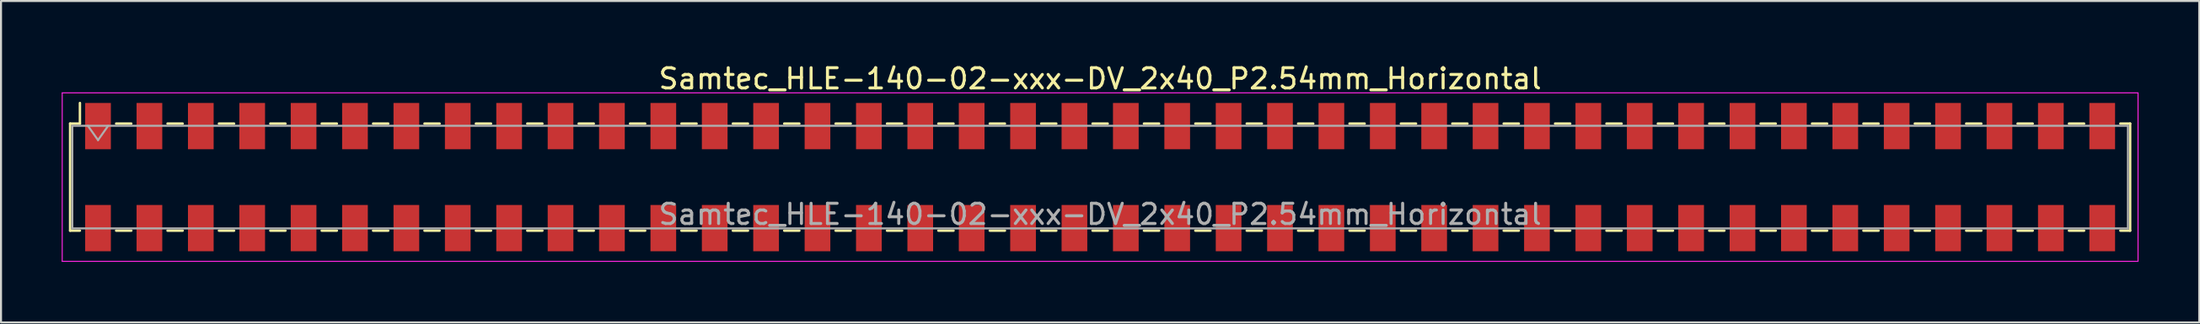
<source format=kicad_pcb>
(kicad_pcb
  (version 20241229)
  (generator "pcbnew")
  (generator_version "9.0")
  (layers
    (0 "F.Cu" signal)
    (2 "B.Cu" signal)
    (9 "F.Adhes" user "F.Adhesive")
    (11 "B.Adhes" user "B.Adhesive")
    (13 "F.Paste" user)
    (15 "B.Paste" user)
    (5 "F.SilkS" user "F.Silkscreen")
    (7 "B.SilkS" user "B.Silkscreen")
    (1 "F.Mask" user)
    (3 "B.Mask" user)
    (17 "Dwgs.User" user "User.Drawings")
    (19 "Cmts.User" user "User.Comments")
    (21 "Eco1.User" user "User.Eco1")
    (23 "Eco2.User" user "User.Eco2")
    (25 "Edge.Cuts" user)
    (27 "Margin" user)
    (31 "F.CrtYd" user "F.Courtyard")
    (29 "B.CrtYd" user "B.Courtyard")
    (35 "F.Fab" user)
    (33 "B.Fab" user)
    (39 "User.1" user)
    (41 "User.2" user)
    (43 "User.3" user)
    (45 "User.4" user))
  (footprint "Samtec_HLE-140-02-xxx-DV_2x40_P2.54mm_Horizontal"
    (layer "F.Cu")
    (at 51.325 5.718)
    (property "Reference" "Samtec_HLE-140-02-xxx-DV_2x40_P2.54mm_Horizontal" (at 0 -4.87 0) (layer "F.SilkS") (effects (font (size 1 1) (thickness 0.15))))
    (attr smd)
    (fp_line (start -50.91 -2.65) (end -50.91 2.65) (stroke (width 0.12) (type solid)) (layer "F.SilkS"))
    (fp_line (start -50.91 2.65) (end -50.425 2.65) (stroke (width 0.12) (type solid)) (layer "F.SilkS"))
    (fp_line (start -50.425 -3.67) (end -50.425 -2.65) (stroke (width 0.12) (type solid)) (layer "F.SilkS"))
    (fp_line (start -50.425 -2.65) (end -50.91 -2.65) (stroke (width 0.12) (type solid)) (layer "F.SilkS"))
    (fp_line (start -48.635 -2.65) (end -47.885 -2.65) (stroke (width 0.12) (type solid)) (layer "F.SilkS"))
    (fp_line (start -48.635 2.65) (end -47.885 2.65) (stroke (width 0.12) (type solid)) (layer "F.SilkS"))
    (fp_line (start -46.095 -2.65) (end -45.345 -2.65) (stroke (width 0.12) (type solid)) (layer "F.SilkS"))
    (fp_line (start -46.095 2.65) (end -45.345 2.65) (stroke (width 0.12) (type solid)) (layer "F.SilkS"))
    (fp_line (start -43.555 -2.65) (end -42.805 -2.65) (stroke (width 0.12) (type solid)) (layer "F.SilkS"))
    (fp_line (start -43.555 2.65) (end -42.805 2.65) (stroke (width 0.12) (type solid)) (layer "F.SilkS"))
    (fp_line (start -41.015 -2.65) (end -40.265 -2.65) (stroke (width 0.12) (type solid)) (layer "F.SilkS"))
    (fp_line (start -41.015 2.65) (end -40.265 2.65) (stroke (width 0.12) (type solid)) (layer "F.SilkS"))
    (fp_line (start -38.475 -2.65) (end -37.725 -2.65) (stroke (width 0.12) (type solid)) (layer "F.SilkS"))
    (fp_line (start -38.475 2.65) (end -37.725 2.65) (stroke (width 0.12) (type solid)) (layer "F.SilkS"))
    (fp_line (start -35.935 -2.65) (end -35.185 -2.65) (stroke (width 0.12) (type solid)) (layer "F.SilkS"))
    (fp_line (start -35.935 2.65) (end -35.185 2.65) (stroke (width 0.12) (type solid)) (layer "F.SilkS"))
    (fp_line (start -33.395 -2.65) (end -32.645 -2.65) (stroke (width 0.12) (type solid)) (layer "F.SilkS"))
    (fp_line (start -33.395 2.65) (end -32.645 2.65) (stroke (width 0.12) (type solid)) (layer "F.SilkS"))
    (fp_line (start -30.855 -2.65) (end -30.105 -2.65) (stroke (width 0.12) (type solid)) (layer "F.SilkS"))
    (fp_line (start -30.855 2.65) (end -30.105 2.65) (stroke (width 0.12) (type solid)) (layer "F.SilkS"))
    (fp_line (start -28.315 -2.65) (end -27.565 -2.65) (stroke (width 0.12) (type solid)) (layer "F.SilkS"))
    (fp_line (start -28.315 2.65) (end -27.565 2.65) (stroke (width 0.12) (type solid)) (layer "F.SilkS"))
    (fp_line (start -25.775 -2.65) (end -25.025 -2.65) (stroke (width 0.12) (type solid)) (layer "F.SilkS"))
    (fp_line (start -25.775 2.65) (end -25.025 2.65) (stroke (width 0.12) (type solid)) (layer "F.SilkS"))
    (fp_line (start -23.235 -2.65) (end -22.485 -2.65) (stroke (width 0.12) (type solid)) (layer "F.SilkS"))
    (fp_line (start -23.235 2.65) (end -22.485 2.65) (stroke (width 0.12) (type solid)) (layer "F.SilkS"))
    (fp_line (start -20.695 -2.65) (end -19.945 -2.65) (stroke (width 0.12) (type solid)) (layer "F.SilkS"))
    (fp_line (start -20.695 2.65) (end -19.945 2.65) (stroke (width 0.12) (type solid)) (layer "F.SilkS"))
    (fp_line (start -18.155 -2.65) (end -17.405 -2.65) (stroke (width 0.12) (type solid)) (layer "F.SilkS"))
    (fp_line (start -18.155 2.65) (end -17.405 2.65) (stroke (width 0.12) (type solid)) (layer "F.SilkS"))
    (fp_line (start -15.615 -2.65) (end -14.865 -2.65) (stroke (width 0.12) (type solid)) (layer "F.SilkS"))
    (fp_line (start -15.615 2.65) (end -14.865 2.65) (stroke (width 0.12) (type solid)) (layer "F.SilkS"))
    (fp_line (start -13.075 -2.65) (end -12.325 -2.65) (stroke (width 0.12) (type solid)) (layer "F.SilkS"))
    (fp_line (start -13.075 2.65) (end -12.325 2.65) (stroke (width 0.12) (type solid)) (layer "F.SilkS"))
    (fp_line (start -10.535 -2.65) (end -9.785 -2.65) (stroke (width 0.12) (type solid)) (layer "F.SilkS"))
    (fp_line (start -10.535 2.65) (end -9.785 2.65) (stroke (width 0.12) (type solid)) (layer "F.SilkS"))
    (fp_line (start -7.995 -2.65) (end -7.245 -2.65) (stroke (width 0.12) (type solid)) (layer "F.SilkS"))
    (fp_line (start -7.995 2.65) (end -7.245 2.65) (stroke (width 0.12) (type solid)) (layer "F.SilkS"))
    (fp_line (start -5.455 -2.65) (end -4.705 -2.65) (stroke (width 0.12) (type solid)) (layer "F.SilkS"))
    (fp_line (start -5.455 2.65) (end -4.705 2.65) (stroke (width 0.12) (type solid)) (layer "F.SilkS"))
    (fp_line (start -2.915 -2.65) (end -2.165 -2.65) (stroke (width 0.12) (type solid)) (layer "F.SilkS"))
    (fp_line (start -2.915 2.65) (end -2.165 2.65) (stroke (width 0.12) (type solid)) (layer "F.SilkS"))
    (fp_line (start -0.375 -2.65) (end 0.375 -2.65) (stroke (width 0.12) (type solid)) (layer "F.SilkS"))
    (fp_line (start -0.375 2.65) (end 0.375 2.65) (stroke (width 0.12) (type solid)) (layer "F.SilkS"))
    (fp_line (start 2.165 -2.65) (end 2.915 -2.65) (stroke (width 0.12) (type solid)) (layer "F.SilkS"))
    (fp_line (start 2.165 2.65) (end 2.915 2.65) (stroke (width 0.12) (type solid)) (layer "F.SilkS"))
    (fp_line (start 4.705 -2.65) (end 5.455 -2.65) (stroke (width 0.12) (type solid)) (layer "F.SilkS"))
    (fp_line (start 4.705 2.65) (end 5.455 2.65) (stroke (width 0.12) (type solid)) (layer "F.SilkS"))
    (fp_line (start 7.245 -2.65) (end 7.995 -2.65) (stroke (width 0.12) (type solid)) (layer "F.SilkS"))
    (fp_line (start 7.245 2.65) (end 7.995 2.65) (stroke (width 0.12) (type solid)) (layer "F.SilkS"))
    (fp_line (start 9.785 -2.65) (end 10.535 -2.65) (stroke (width 0.12) (type solid)) (layer "F.SilkS"))
    (fp_line (start 9.785 2.65) (end 10.535 2.65) (stroke (width 0.12) (type solid)) (layer "F.SilkS"))
    (fp_line (start 12.325 -2.65) (end 13.075 -2.65) (stroke (width 0.12) (type solid)) (layer "F.SilkS"))
    (fp_line (start 12.325 2.65) (end 13.075 2.65) (stroke (width 0.12) (type solid)) (layer "F.SilkS"))
    (fp_line (start 14.865 -2.65) (end 15.615 -2.65) (stroke (width 0.12) (type solid)) (layer "F.SilkS"))
    (fp_line (start 14.865 2.65) (end 15.615 2.65) (stroke (width 0.12) (type solid)) (layer "F.SilkS"))
    (fp_line (start 17.405 -2.65) (end 18.155 -2.65) (stroke (width 0.12) (type solid)) (layer "F.SilkS"))
    (fp_line (start 17.405 2.65) (end 18.155 2.65) (stroke (width 0.12) (type solid)) (layer "F.SilkS"))
    (fp_line (start 19.945 -2.65) (end 20.695 -2.65) (stroke (width 0.12) (type solid)) (layer "F.SilkS"))
    (fp_line (start 19.945 2.65) (end 20.695 2.65) (stroke (width 0.12) (type solid)) (layer "F.SilkS"))
    (fp_line (start 22.485 -2.65) (end 23.235 -2.65) (stroke (width 0.12) (type solid)) (layer "F.SilkS"))
    (fp_line (start 22.485 2.65) (end 23.235 2.65) (stroke (width 0.12) (type solid)) (layer "F.SilkS"))
    (fp_line (start 25.025 -2.65) (end 25.775 -2.65) (stroke (width 0.12) (type solid)) (layer "F.SilkS"))
    (fp_line (start 25.025 2.65) (end 25.775 2.65) (stroke (width 0.12) (type solid)) (layer "F.SilkS"))
    (fp_line (start 27.565 -2.65) (end 28.315 -2.65) (stroke (width 0.12) (type solid)) (layer "F.SilkS"))
    (fp_line (start 27.565 2.65) (end 28.315 2.65) (stroke (width 0.12) (type solid)) (layer "F.SilkS"))
    (fp_line (start 30.105 -2.65) (end 30.855 -2.65) (stroke (width 0.12) (type solid)) (layer "F.SilkS"))
    (fp_line (start 30.105 2.65) (end 30.855 2.65) (stroke (width 0.12) (type solid)) (layer "F.SilkS"))
    (fp_line (start 32.645 -2.65) (end 33.395 -2.65) (stroke (width 0.12) (type solid)) (layer "F.SilkS"))
    (fp_line (start 32.645 2.65) (end 33.395 2.65) (stroke (width 0.12) (type solid)) (layer "F.SilkS"))
    (fp_line (start 35.185 -2.65) (end 35.935 -2.65) (stroke (width 0.12) (type solid)) (layer "F.SilkS"))
    (fp_line (start 35.185 2.65) (end 35.935 2.65) (stroke (width 0.12) (type solid)) (layer "F.SilkS"))
    (fp_line (start 37.725 -2.65) (end 38.475 -2.65) (stroke (width 0.12) (type solid)) (layer "F.SilkS"))
    (fp_line (start 37.725 2.65) (end 38.475 2.65) (stroke (width 0.12) (type solid)) (layer "F.SilkS"))
    (fp_line (start 40.265 -2.65) (end 41.015 -2.65) (stroke (width 0.12) (type solid)) (layer "F.SilkS"))
    (fp_line (start 40.265 2.65) (end 41.015 2.65) (stroke (width 0.12) (type solid)) (layer "F.SilkS"))
    (fp_line (start 42.805 -2.65) (end 43.555 -2.65) (stroke (width 0.12) (type solid)) (layer "F.SilkS"))
    (fp_line (start 42.805 2.65) (end 43.555 2.65) (stroke (width 0.12) (type solid)) (layer "F.SilkS"))
    (fp_line (start 45.345 -2.65) (end 46.095 -2.65) (stroke (width 0.12) (type solid)) (layer "F.SilkS"))
    (fp_line (start 45.345 2.65) (end 46.095 2.65) (stroke (width 0.12) (type solid)) (layer "F.SilkS"))
    (fp_line (start 47.885 -2.65) (end 48.635 -2.65) (stroke (width 0.12) (type solid)) (layer "F.SilkS"))
    (fp_line (start 47.885 2.65) (end 48.635 2.65) (stroke (width 0.12) (type solid)) (layer "F.SilkS"))
    (fp_line (start 50.425 -2.65) (end 50.91 -2.65) (stroke (width 0.12) (type solid)) (layer "F.SilkS"))
    (fp_line (start 50.91 -2.65) (end 50.91 2.65) (stroke (width 0.12) (type solid)) (layer "F.SilkS"))
    (fp_line (start 50.91 2.65) (end 50.425 2.65) (stroke (width 0.12) (type solid)) (layer "F.SilkS"))
    (fp_line (start -51.3 -4.17) (end 51.3 -4.17) (stroke (width 0.05) (type solid)) (layer "F.CrtYd"))
    (fp_line (start -51.3 4.17) (end -51.3 -4.17) (stroke (width 0.05) (type solid)) (layer "F.CrtYd"))
    (fp_line (start 51.3 -4.17) (end 51.3 4.17) (stroke (width 0.05) (type solid)) (layer "F.CrtYd"))
    (fp_line (start 51.3 4.17) (end -51.3 4.17) (stroke (width 0.05) (type solid)) (layer "F.CrtYd"))
    (fp_line (start -50.8 -2.54) (end 50.8 -2.54) (stroke (width 0.1) (type solid)) (layer "F.Fab"))
    (fp_line (start -50.8 2.54) (end -50.8 -2.54) (stroke (width 0.1) (type solid)) (layer "F.Fab"))
    (fp_line (start -50.03 -2.54) (end -49.53 -1.833) (stroke (width 0.1) (type solid)) (layer "F.Fab"))
    (fp_line (start -49.53 -1.833) (end -49.03 -2.54) (stroke (width 0.1) (type solid)) (layer "F.Fab"))
    (fp_line (start 50.8 -2.54) (end 50.8 2.54) (stroke (width 0.1) (type solid)) (layer "F.Fab"))
    (fp_line (start 50.8 2.54) (end -50.8 2.54) (stroke (width 0.1) (type solid)) (layer "F.Fab"))
    (fp_text user "${REFERENCE}" (at 0 1.84 0) (layer "F.Fab") (effects (font (size 1 1) (thickness 0.15))))
    (pad "1" smd rect (at -49.53 -2.525) (size 1.27 2.29) (layers "F.Cu" "F.Mask" "F.Paste"))
    (pad "2" smd rect (at -49.53 2.525) (size 1.27 2.29) (layers "F.Cu" "F.Mask" "F.Paste"))
    (pad "3" smd rect (at -46.99 -2.525) (size 1.27 2.29) (layers "F.Cu" "F.Mask" "F.Paste"))
    (pad "4" smd rect (at -46.99 2.525) (size 1.27 2.29) (layers "F.Cu" "F.Mask" "F.Paste"))
    (pad "5" smd rect (at -44.45 -2.525) (size 1.27 2.29) (layers "F.Cu" "F.Mask" "F.Paste"))
    (pad "6" smd rect (at -44.45 2.525) (size 1.27 2.29) (layers "F.Cu" "F.Mask" "F.Paste"))
    (pad "7" smd rect (at -41.91 -2.525) (size 1.27 2.29) (layers "F.Cu" "F.Mask" "F.Paste"))
    (pad "8" smd rect (at -41.91 2.525) (size 1.27 2.29) (layers "F.Cu" "F.Mask" "F.Paste"))
    (pad "9" smd rect (at -39.37 -2.525) (size 1.27 2.29) (layers "F.Cu" "F.Mask" "F.Paste"))
    (pad "10" smd rect (at -39.37 2.525) (size 1.27 2.29) (layers "F.Cu" "F.Mask" "F.Paste"))
    (pad "11" smd rect (at -36.83 -2.525) (size 1.27 2.29) (layers "F.Cu" "F.Mask" "F.Paste"))
    (pad "12" smd rect (at -36.83 2.525) (size 1.27 2.29) (layers "F.Cu" "F.Mask" "F.Paste"))
    (pad "13" smd rect (at -34.29 -2.525) (size 1.27 2.29) (layers "F.Cu" "F.Mask" "F.Paste"))
    (pad "14" smd rect (at -34.29 2.525) (size 1.27 2.29) (layers "F.Cu" "F.Mask" "F.Paste"))
    (pad "15" smd rect (at -31.75 -2.525) (size 1.27 2.29) (layers "F.Cu" "F.Mask" "F.Paste"))
    (pad "16" smd rect (at -31.75 2.525) (size 1.27 2.29) (layers "F.Cu" "F.Mask" "F.Paste"))
    (pad "17" smd rect (at -29.21 -2.525) (size 1.27 2.29) (layers "F.Cu" "F.Mask" "F.Paste"))
    (pad "18" smd rect (at -29.21 2.525) (size 1.27 2.29) (layers "F.Cu" "F.Mask" "F.Paste"))
    (pad "19" smd rect (at -26.67 -2.525) (size 1.27 2.29) (layers "F.Cu" "F.Mask" "F.Paste"))
    (pad "20" smd rect (at -26.67 2.525) (size 1.27 2.29) (layers "F.Cu" "F.Mask" "F.Paste"))
    (pad "21" smd rect (at -24.13 -2.525) (size 1.27 2.29) (layers "F.Cu" "F.Mask" "F.Paste"))
    (pad "22" smd rect (at -24.13 2.525) (size 1.27 2.29) (layers "F.Cu" "F.Mask" "F.Paste"))
    (pad "23" smd rect (at -21.59 -2.525) (size 1.27 2.29) (layers "F.Cu" "F.Mask" "F.Paste"))
    (pad "24" smd rect (at -21.59 2.525) (size 1.27 2.29) (layers "F.Cu" "F.Mask" "F.Paste"))
    (pad "25" smd rect (at -19.05 -2.525) (size 1.27 2.29) (layers "F.Cu" "F.Mask" "F.Paste"))
    (pad "26" smd rect (at -19.05 2.525) (size 1.27 2.29) (layers "F.Cu" "F.Mask" "F.Paste"))
    (pad "27" smd rect (at -16.51 -2.525) (size 1.27 2.29) (layers "F.Cu" "F.Mask" "F.Paste"))
    (pad "28" smd rect (at -16.51 2.525) (size 1.27 2.29) (layers "F.Cu" "F.Mask" "F.Paste"))
    (pad "29" smd rect (at -13.97 -2.525) (size 1.27 2.29) (layers "F.Cu" "F.Mask" "F.Paste"))
    (pad "30" smd rect (at -13.97 2.525) (size 1.27 2.29) (layers "F.Cu" "F.Mask" "F.Paste"))
    (pad "31" smd rect (at -11.43 -2.525) (size 1.27 2.29) (layers "F.Cu" "F.Mask" "F.Paste"))
    (pad "32" smd rect (at -11.43 2.525) (size 1.27 2.29) (layers "F.Cu" "F.Mask" "F.Paste"))
    (pad "33" smd rect (at -8.89 -2.525) (size 1.27 2.29) (layers "F.Cu" "F.Mask" "F.Paste"))
    (pad "34" smd rect (at -8.89 2.525) (size 1.27 2.29) (layers "F.Cu" "F.Mask" "F.Paste"))
    (pad "35" smd rect (at -6.35 -2.525) (size 1.27 2.29) (layers "F.Cu" "F.Mask" "F.Paste"))
    (pad "36" smd rect (at -6.35 2.525) (size 1.27 2.29) (layers "F.Cu" "F.Mask" "F.Paste"))
    (pad "37" smd rect (at -3.81 -2.525) (size 1.27 2.29) (layers "F.Cu" "F.Mask" "F.Paste"))
    (pad "38" smd rect (at -3.81 2.525) (size 1.27 2.29) (layers "F.Cu" "F.Mask" "F.Paste"))
    (pad "39" smd rect (at -1.27 -2.525) (size 1.27 2.29) (layers "F.Cu" "F.Mask" "F.Paste"))
    (pad "40" smd rect (at -1.27 2.525) (size 1.27 2.29) (layers "F.Cu" "F.Mask" "F.Paste"))
    (pad "41" smd rect (at 1.27 -2.525) (size 1.27 2.29) (layers "F.Cu" "F.Mask" "F.Paste"))
    (pad "42" smd rect (at 1.27 2.525) (size 1.27 2.29) (layers "F.Cu" "F.Mask" "F.Paste"))
    (pad "43" smd rect (at 3.81 -2.525) (size 1.27 2.29) (layers "F.Cu" "F.Mask" "F.Paste"))
    (pad "44" smd rect (at 3.81 2.525) (size 1.27 2.29) (layers "F.Cu" "F.Mask" "F.Paste"))
    (pad "45" smd rect (at 6.35 -2.525) (size 1.27 2.29) (layers "F.Cu" "F.Mask" "F.Paste"))
    (pad "46" smd rect (at 6.35 2.525) (size 1.27 2.29) (layers "F.Cu" "F.Mask" "F.Paste"))
    (pad "47" smd rect (at 8.89 -2.525) (size 1.27 2.29) (layers "F.Cu" "F.Mask" "F.Paste"))
    (pad "48" smd rect (at 8.89 2.525) (size 1.27 2.29) (layers "F.Cu" "F.Mask" "F.Paste"))
    (pad "49" smd rect (at 11.43 -2.525) (size 1.27 2.29) (layers "F.Cu" "F.Mask" "F.Paste"))
    (pad "50" smd rect (at 11.43 2.525) (size 1.27 2.29) (layers "F.Cu" "F.Mask" "F.Paste"))
    (pad "51" smd rect (at 13.97 -2.525) (size 1.27 2.29) (layers "F.Cu" "F.Mask" "F.Paste"))
    (pad "52" smd rect (at 13.97 2.525) (size 1.27 2.29) (layers "F.Cu" "F.Mask" "F.Paste"))
    (pad "53" smd rect (at 16.51 -2.525) (size 1.27 2.29) (layers "F.Cu" "F.Mask" "F.Paste"))
    (pad "54" smd rect (at 16.51 2.525) (size 1.27 2.29) (layers "F.Cu" "F.Mask" "F.Paste"))
    (pad "55" smd rect (at 19.05 -2.525) (size 1.27 2.29) (layers "F.Cu" "F.Mask" "F.Paste"))
    (pad "56" smd rect (at 19.05 2.525) (size 1.27 2.29) (layers "F.Cu" "F.Mask" "F.Paste"))
    (pad "57" smd rect (at 21.59 -2.525) (size 1.27 2.29) (layers "F.Cu" "F.Mask" "F.Paste"))
    (pad "58" smd rect (at 21.59 2.525) (size 1.27 2.29) (layers "F.Cu" "F.Mask" "F.Paste"))
    (pad "59" smd rect (at 24.13 -2.525) (size 1.27 2.29) (layers "F.Cu" "F.Mask" "F.Paste"))
    (pad "60" smd rect (at 24.13 2.525) (size 1.27 2.29) (layers "F.Cu" "F.Mask" "F.Paste"))
    (pad "61" smd rect (at 26.67 -2.525) (size 1.27 2.29) (layers "F.Cu" "F.Mask" "F.Paste"))
    (pad "62" smd rect (at 26.67 2.525) (size 1.27 2.29) (layers "F.Cu" "F.Mask" "F.Paste"))
    (pad "63" smd rect (at 29.21 -2.525) (size 1.27 2.29) (layers "F.Cu" "F.Mask" "F.Paste"))
    (pad "64" smd rect (at 29.21 2.525) (size 1.27 2.29) (layers "F.Cu" "F.Mask" "F.Paste"))
    (pad "65" smd rect (at 31.75 -2.525) (size 1.27 2.29) (layers "F.Cu" "F.Mask" "F.Paste"))
    (pad "66" smd rect (at 31.75 2.525) (size 1.27 2.29) (layers "F.Cu" "F.Mask" "F.Paste"))
    (pad "67" smd rect (at 34.29 -2.525) (size 1.27 2.29) (layers "F.Cu" "F.Mask" "F.Paste"))
    (pad "68" smd rect (at 34.29 2.525) (size 1.27 2.29) (layers "F.Cu" "F.Mask" "F.Paste"))
    (pad "69" smd rect (at 36.83 -2.525) (size 1.27 2.29) (layers "F.Cu" "F.Mask" "F.Paste"))
    (pad "70" smd rect (at 36.83 2.525) (size 1.27 2.29) (layers "F.Cu" "F.Mask" "F.Paste"))
    (pad "71" smd rect (at 39.37 -2.525) (size 1.27 2.29) (layers "F.Cu" "F.Mask" "F.Paste"))
    (pad "72" smd rect (at 39.37 2.525) (size 1.27 2.29) (layers "F.Cu" "F.Mask" "F.Paste"))
    (pad "73" smd rect (at 41.91 -2.525) (size 1.27 2.29) (layers "F.Cu" "F.Mask" "F.Paste"))
    (pad "74" smd rect (at 41.91 2.525) (size 1.27 2.29) (layers "F.Cu" "F.Mask" "F.Paste"))
    (pad "75" smd rect (at 44.45 -2.525) (size 1.27 2.29) (layers "F.Cu" "F.Mask" "F.Paste"))
    (pad "76" smd rect (at 44.45 2.525) (size 1.27 2.29) (layers "F.Cu" "F.Mask" "F.Paste"))
    (pad "77" smd rect (at 46.99 -2.525) (size 1.27 2.29) (layers "F.Cu" "F.Mask" "F.Paste"))
    (pad "78" smd rect (at 46.99 2.525) (size 1.27 2.29) (layers "F.Cu" "F.Mask" "F.Paste"))
    (pad "79" smd rect (at 49.53 -2.525) (size 1.27 2.29) (layers "F.Cu" "F.Mask" "F.Paste"))
    (pad "80" smd rect (at 49.53 2.525) (size 1.27 2.29) (layers "F.Cu" "F.Mask" "F.Paste")))
  (gr_rect
    (start -3 -3)
    (end 105.65 12.913)
    (stroke (width 0.1) (type default))
    (fill no)
    (layer "Edge.Cuts")))
</source>
